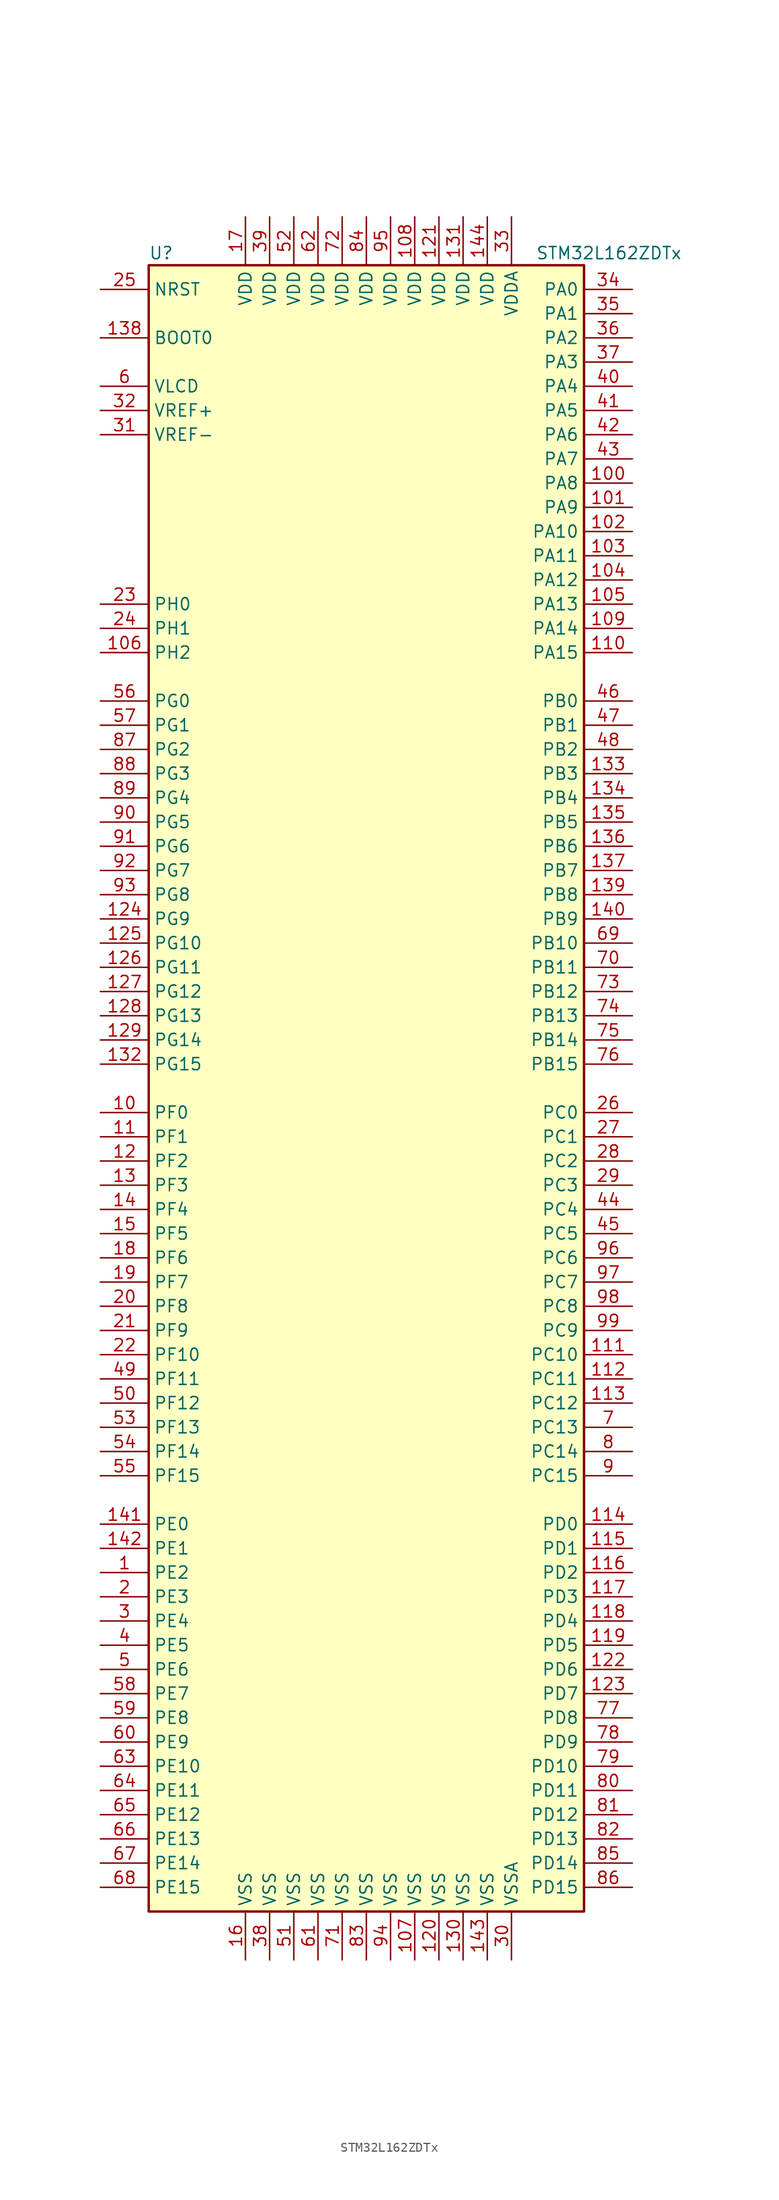
<source format=kicad_sym>
(kicad_symbol_lib
  (version 20211014)
  (generator kicad_symbol_editor)
  (symbol "STM32L162ZDTx"
    (property "Reference" "U"
      (at -22.86 87.63 0)
      (effects (font (size 1.27 1.27)) (justify left)))
    (property "Value" "STM32L162ZDTx"
      (at 17.78 87.63 0)
      (effects (font (size 1.27 1.27)) (justify left)))
    (symbol "STM32L162ZDTx_0_1"
      (rectangle (start -22.86 -86.36) (end 22.86 86.36) (stroke (width 0.254) (type default) (color 0 0 0 0)) (fill (type background))))
    (symbol "STM32L162ZDTx_1_1"
      (pin bidirectional line (at -27.94 -50.8 0) (length 5.08) (name "PE2" (effects (font (size 1.27 1.27)))) (number "1" (effects (font (size 1.27 1.27)))))
      (pin bidirectional line (at -27.94 -2.54 0) (length 5.08) (name "PF0" (effects (font (size 1.27 1.27)))) (number "10" (effects (font (size 1.27 1.27)))))
      (pin bidirectional line (at 27.94 63.5 180) (length 5.08) (name "PA8" (effects (font (size 1.27 1.27)))) (number "100" (effects (font (size 1.27 1.27)))))
      (pin bidirectional line (at 27.94 60.96 180) (length 5.08) (name "PA9" (effects (font (size 1.27 1.27)))) (number "101" (effects (font (size 1.27 1.27)))))
      (pin bidirectional line (at 27.94 58.42 180) (length 5.08) (name "PA10" (effects (font (size 1.27 1.27)))) (number "102" (effects (font (size 1.27 1.27)))))
      (pin bidirectional line (at 27.94 55.88 180) (length 5.08) (name "PA11" (effects (font (size 1.27 1.27)))) (number "103" (effects (font (size 1.27 1.27)))))
      (pin bidirectional line (at 27.94 53.34 180) (length 5.08) (name "PA12" (effects (font (size 1.27 1.27)))) (number "104" (effects (font (size 1.27 1.27)))))
      (pin bidirectional line (at 27.94 50.8 180) (length 5.08) (name "PA13" (effects (font (size 1.27 1.27)))) (number "105" (effects (font (size 1.27 1.27)))))
      (pin bidirectional line (at -27.94 45.72 0) (length 5.08) (name "PH2" (effects (font (size 1.27 1.27)))) (number "106" (effects (font (size 1.27 1.27)))))
      (pin power_in line (at 5.08 -91.44 90) (length 5.08) (name "VSS" (effects (font (size 1.27 1.27)))) (number "107" (effects (font (size 1.27 1.27)))))
      (pin power_in line (at 5.08 91.44 270) (length 5.08) (name "VDD" (effects (font (size 1.27 1.27)))) (number "108" (effects (font (size 1.27 1.27)))))
      (pin bidirectional line (at 27.94 48.26 180) (length 5.08) (name "PA14" (effects (font (size 1.27 1.27)))) (number "109" (effects (font (size 1.27 1.27)))))
      (pin bidirectional line (at -27.94 -5.08 0) (length 5.08) (name "PF1" (effects (font (size 1.27 1.27)))) (number "11" (effects (font (size 1.27 1.27)))))
      (pin bidirectional line (at 27.94 45.72 180) (length 5.08) (name "PA15" (effects (font (size 1.27 1.27)))) (number "110" (effects (font (size 1.27 1.27)))))
      (pin bidirectional line (at 27.94 -27.94 180) (length 5.08) (name "PC10" (effects (font (size 1.27 1.27)))) (number "111" (effects (font (size 1.27 1.27)))))
      (pin bidirectional line (at 27.94 -30.48 180) (length 5.08) (name "PC11" (effects (font (size 1.27 1.27)))) (number "112" (effects (font (size 1.27 1.27)))))
      (pin bidirectional line (at 27.94 -33.02 180) (length 5.08) (name "PC12" (effects (font (size 1.27 1.27)))) (number "113" (effects (font (size 1.27 1.27)))))
      (pin bidirectional line (at 27.94 -45.72 180) (length 5.08) (name "PD0" (effects (font (size 1.27 1.27)))) (number "114" (effects (font (size 1.27 1.27)))))
      (pin bidirectional line (at 27.94 -48.26 180) (length 5.08) (name "PD1" (effects (font (size 1.27 1.27)))) (number "115" (effects (font (size 1.27 1.27)))))
      (pin bidirectional line (at 27.94 -50.8 180) (length 5.08) (name "PD2" (effects (font (size 1.27 1.27)))) (number "116" (effects (font (size 1.27 1.27)))))
      (pin bidirectional line (at 27.94 -53.34 180) (length 5.08) (name "PD3" (effects (font (size 1.27 1.27)))) (number "117" (effects (font (size 1.27 1.27)))))
      (pin bidirectional line (at 27.94 -55.88 180) (length 5.08) (name "PD4" (effects (font (size 1.27 1.27)))) (number "118" (effects (font (size 1.27 1.27)))))
      (pin bidirectional line (at 27.94 -58.42 180) (length 5.08) (name "PD5" (effects (font (size 1.27 1.27)))) (number "119" (effects (font (size 1.27 1.27)))))
      (pin bidirectional line (at -27.94 -7.62 0) (length 5.08) (name "PF2" (effects (font (size 1.27 1.27)))) (number "12" (effects (font (size 1.27 1.27)))))
      (pin power_in line (at 7.62 -91.44 90) (length 5.08) (name "VSS" (effects (font (size 1.27 1.27)))) (number "120" (effects (font (size 1.27 1.27)))))
      (pin power_in line (at 7.62 91.44 270) (length 5.08) (name "VDD" (effects (font (size 1.27 1.27)))) (number "121" (effects (font (size 1.27 1.27)))))
      (pin bidirectional line (at 27.94 -60.96 180) (length 5.08) (name "PD6" (effects (font (size 1.27 1.27)))) (number "122" (effects (font (size 1.27 1.27)))))
      (pin bidirectional line (at 27.94 -63.5 180) (length 5.08) (name "PD7" (effects (font (size 1.27 1.27)))) (number "123" (effects (font (size 1.27 1.27)))))
      (pin bidirectional line (at -27.94 17.78 0) (length 5.08) (name "PG9" (effects (font (size 1.27 1.27)))) (number "124" (effects (font (size 1.27 1.27)))))
      (pin bidirectional line (at -27.94 15.24 0) (length 5.08) (name "PG10" (effects (font (size 1.27 1.27)))) (number "125" (effects (font (size 1.27 1.27)))))
      (pin bidirectional line (at -27.94 12.7 0) (length 5.08) (name "PG11" (effects (font (size 1.27 1.27)))) (number "126" (effects (font (size 1.27 1.27)))))
      (pin bidirectional line (at -27.94 10.16 0) (length 5.08) (name "PG12" (effects (font (size 1.27 1.27)))) (number "127" (effects (font (size 1.27 1.27)))))
      (pin bidirectional line (at -27.94 7.62 0) (length 5.08) (name "PG13" (effects (font (size 1.27 1.27)))) (number "128" (effects (font (size 1.27 1.27)))))
      (pin bidirectional line (at -27.94 5.08 0) (length 5.08) (name "PG14" (effects (font (size 1.27 1.27)))) (number "129" (effects (font (size 1.27 1.27)))))
      (pin bidirectional line (at -27.94 -10.16 0) (length 5.08) (name "PF3" (effects (font (size 1.27 1.27)))) (number "13" (effects (font (size 1.27 1.27)))))
      (pin power_in line (at 10.16 -91.44 90) (length 5.08) (name "VSS" (effects (font (size 1.27 1.27)))) (number "130" (effects (font (size 1.27 1.27)))))
      (pin power_in line (at 10.16 91.44 270) (length 5.08) (name "VDD" (effects (font (size 1.27 1.27)))) (number "131" (effects (font (size 1.27 1.27)))))
      (pin bidirectional line (at -27.94 2.54 0) (length 5.08) (name "PG15" (effects (font (size 1.27 1.27)))) (number "132" (effects (font (size 1.27 1.27)))))
      (pin bidirectional line (at 27.94 33.02 180) (length 5.08) (name "PB3" (effects (font (size 1.27 1.27)))) (number "133" (effects (font (size 1.27 1.27)))))
      (pin bidirectional line (at 27.94 30.48 180) (length 5.08) (name "PB4" (effects (font (size 1.27 1.27)))) (number "134" (effects (font (size 1.27 1.27)))))
      (pin bidirectional line (at 27.94 27.94 180) (length 5.08) (name "PB5" (effects (font (size 1.27 1.27)))) (number "135" (effects (font (size 1.27 1.27)))))
      (pin bidirectional line (at 27.94 25.4 180) (length 5.08) (name "PB6" (effects (font (size 1.27 1.27)))) (number "136" (effects (font (size 1.27 1.27)))))
      (pin bidirectional line (at 27.94 22.86 180) (length 5.08) (name "PB7" (effects (font (size 1.27 1.27)))) (number "137" (effects (font (size 1.27 1.27)))))
      (pin input line (at -27.94 78.74 0) (length 5.08) (name "BOOT0" (effects (font (size 1.27 1.27)))) (number "138" (effects (font (size 1.27 1.27)))))
      (pin bidirectional line (at 27.94 20.32 180) (length 5.08) (name "PB8" (effects (font (size 1.27 1.27)))) (number "139" (effects (font (size 1.27 1.27)))))
      (pin bidirectional line (at -27.94 -12.7 0) (length 5.08) (name "PF4" (effects (font (size 1.27 1.27)))) (number "14" (effects (font (size 1.27 1.27)))))
      (pin bidirectional line (at 27.94 17.78 180) (length 5.08) (name "PB9" (effects (font (size 1.27 1.27)))) (number "140" (effects (font (size 1.27 1.27)))))
      (pin bidirectional line (at -27.94 -45.72 0) (length 5.08) (name "PE0" (effects (font (size 1.27 1.27)))) (number "141" (effects (font (size 1.27 1.27)))))
      (pin bidirectional line (at -27.94 -48.26 0) (length 5.08) (name "PE1" (effects (font (size 1.27 1.27)))) (number "142" (effects (font (size 1.27 1.27)))))
      (pin power_in line (at 12.7 -91.44 90) (length 5.08) (name "VSS" (effects (font (size 1.27 1.27)))) (number "143" (effects (font (size 1.27 1.27)))))
      (pin power_in line (at 12.7 91.44 270) (length 5.08) (name "VDD" (effects (font (size 1.27 1.27)))) (number "144" (effects (font (size 1.27 1.27)))))
      (pin bidirectional line (at -27.94 -15.24 0) (length 5.08) (name "PF5" (effects (font (size 1.27 1.27)))) (number "15" (effects (font (size 1.27 1.27)))))
      (pin power_in line (at -12.7 -91.44 90) (length 5.08) (name "VSS" (effects (font (size 1.27 1.27)))) (number "16" (effects (font (size 1.27 1.27)))))
      (pin power_in line (at -12.7 91.44 270) (length 5.08) (name "VDD" (effects (font (size 1.27 1.27)))) (number "17" (effects (font (size 1.27 1.27)))))
      (pin bidirectional line (at -27.94 -17.78 0) (length 5.08) (name "PF6" (effects (font (size 1.27 1.27)))) (number "18" (effects (font (size 1.27 1.27)))))
      (pin bidirectional line (at -27.94 -20.32 0) (length 5.08) (name "PF7" (effects (font (size 1.27 1.27)))) (number "19" (effects (font (size 1.27 1.27)))))
      (pin bidirectional line (at -27.94 -53.34 0) (length 5.08) (name "PE3" (effects (font (size 1.27 1.27)))) (number "2" (effects (font (size 1.27 1.27)))))
      (pin bidirectional line (at -27.94 -22.86 0) (length 5.08) (name "PF8" (effects (font (size 1.27 1.27)))) (number "20" (effects (font (size 1.27 1.27)))))
      (pin bidirectional line (at -27.94 -25.4 0) (length 5.08) (name "PF9" (effects (font (size 1.27 1.27)))) (number "21" (effects (font (size 1.27 1.27)))))
      (pin bidirectional line (at -27.94 -27.94 0) (length 5.08) (name "PF10" (effects (font (size 1.27 1.27)))) (number "22" (effects (font (size 1.27 1.27)))))
      (pin input line (at -27.94 50.8 0) (length 5.08) (name "PH0" (effects (font (size 1.27 1.27)))) (number "23" (effects (font (size 1.27 1.27)))))
      (pin input line (at -27.94 48.26 0) (length 5.08) (name "PH1" (effects (font (size 1.27 1.27)))) (number "24" (effects (font (size 1.27 1.27)))))
      (pin input line (at -27.94 83.82 0) (length 5.08) (name "NRST" (effects (font (size 1.27 1.27)))) (number "25" (effects (font (size 1.27 1.27)))))
      (pin bidirectional line (at 27.94 -2.54 180) (length 5.08) (name "PC0" (effects (font (size 1.27 1.27)))) (number "26" (effects (font (size 1.27 1.27)))))
      (pin bidirectional line (at 27.94 -5.08 180) (length 5.08) (name "PC1" (effects (font (size 1.27 1.27)))) (number "27" (effects (font (size 1.27 1.27)))))
      (pin bidirectional line (at 27.94 -7.62 180) (length 5.08) (name "PC2" (effects (font (size 1.27 1.27)))) (number "28" (effects (font (size 1.27 1.27)))))
      (pin bidirectional line (at 27.94 -10.16 180) (length 5.08) (name "PC3" (effects (font (size 1.27 1.27)))) (number "29" (effects (font (size 1.27 1.27)))))
      (pin bidirectional line (at -27.94 -55.88 0) (length 5.08) (name "PE4" (effects (font (size 1.27 1.27)))) (number "3" (effects (font (size 1.27 1.27)))))
      (pin power_in line (at 15.24 -91.44 90) (length 5.08) (name "VSSA" (effects (font (size 1.27 1.27)))) (number "30" (effects (font (size 1.27 1.27)))))
      (pin power_in line (at -27.94 68.58 0) (length 5.08) (name "VREF-" (effects (font (size 1.27 1.27)))) (number "31" (effects (font (size 1.27 1.27)))))
      (pin power_in line (at -27.94 71.12 0) (length 5.08) (name "VREF+" (effects (font (size 1.27 1.27)))) (number "32" (effects (font (size 1.27 1.27)))))
      (pin power_in line (at 15.24 91.44 270) (length 5.08) (name "VDDA" (effects (font (size 1.27 1.27)))) (number "33" (effects (font (size 1.27 1.27)))))
      (pin bidirectional line (at 27.94 83.82 180) (length 5.08) (name "PA0" (effects (font (size 1.27 1.27)))) (number "34" (effects (font (size 1.27 1.27)))))
      (pin bidirectional line (at 27.94 81.28 180) (length 5.08) (name "PA1" (effects (font (size 1.27 1.27)))) (number "35" (effects (font (size 1.27 1.27)))))
      (pin bidirectional line (at 27.94 78.74 180) (length 5.08) (name "PA2" (effects (font (size 1.27 1.27)))) (number "36" (effects (font (size 1.27 1.27)))))
      (pin bidirectional line (at 27.94 76.2 180) (length 5.08) (name "PA3" (effects (font (size 1.27 1.27)))) (number "37" (effects (font (size 1.27 1.27)))))
      (pin power_in line (at -10.16 -91.44 90) (length 5.08) (name "VSS" (effects (font (size 1.27 1.27)))) (number "38" (effects (font (size 1.27 1.27)))))
      (pin power_in line (at -10.16 91.44 270) (length 5.08) (name "VDD" (effects (font (size 1.27 1.27)))) (number "39" (effects (font (size 1.27 1.27)))))
      (pin bidirectional line (at -27.94 -58.42 0) (length 5.08) (name "PE5" (effects (font (size 1.27 1.27)))) (number "4" (effects (font (size 1.27 1.27)))))
      (pin bidirectional line (at 27.94 73.66 180) (length 5.08) (name "PA4" (effects (font (size 1.27 1.27)))) (number "40" (effects (font (size 1.27 1.27)))))
      (pin bidirectional line (at 27.94 71.12 180) (length 5.08) (name "PA5" (effects (font (size 1.27 1.27)))) (number "41" (effects (font (size 1.27 1.27)))))
      (pin bidirectional line (at 27.94 68.58 180) (length 5.08) (name "PA6" (effects (font (size 1.27 1.27)))) (number "42" (effects (font (size 1.27 1.27)))))
      (pin bidirectional line (at 27.94 66.04 180) (length 5.08) (name "PA7" (effects (font (size 1.27 1.27)))) (number "43" (effects (font (size 1.27 1.27)))))
      (pin bidirectional line (at 27.94 -12.7 180) (length 5.08) (name "PC4" (effects (font (size 1.27 1.27)))) (number "44" (effects (font (size 1.27 1.27)))))
      (pin bidirectional line (at 27.94 -15.24 180) (length 5.08) (name "PC5" (effects (font (size 1.27 1.27)))) (number "45" (effects (font (size 1.27 1.27)))))
      (pin bidirectional line (at 27.94 40.64 180) (length 5.08) (name "PB0" (effects (font (size 1.27 1.27)))) (number "46" (effects (font (size 1.27 1.27)))))
      (pin bidirectional line (at 27.94 38.1 180) (length 5.08) (name "PB1" (effects (font (size 1.27 1.27)))) (number "47" (effects (font (size 1.27 1.27)))))
      (pin bidirectional line (at 27.94 35.56 180) (length 5.08) (name "PB2" (effects (font (size 1.27 1.27)))) (number "48" (effects (font (size 1.27 1.27)))))
      (pin bidirectional line (at -27.94 -30.48 0) (length 5.08) (name "PF11" (effects (font (size 1.27 1.27)))) (number "49" (effects (font (size 1.27 1.27)))))
      (pin bidirectional line (at -27.94 -60.96 0) (length 5.08) (name "PE6" (effects (font (size 1.27 1.27)))) (number "5" (effects (font (size 1.27 1.27)))))
      (pin bidirectional line (at -27.94 -33.02 0) (length 5.08) (name "PF12" (effects (font (size 1.27 1.27)))) (number "50" (effects (font (size 1.27 1.27)))))
      (pin power_in line (at -7.62 -91.44 90) (length 5.08) (name "VSS" (effects (font (size 1.27 1.27)))) (number "51" (effects (font (size 1.27 1.27)))))
      (pin power_in line (at -7.62 91.44 270) (length 5.08) (name "VDD" (effects (font (size 1.27 1.27)))) (number "52" (effects (font (size 1.27 1.27)))))
      (pin bidirectional line (at -27.94 -35.56 0) (length 5.08) (name "PF13" (effects (font (size 1.27 1.27)))) (number "53" (effects (font (size 1.27 1.27)))))
      (pin bidirectional line (at -27.94 -38.1 0) (length 5.08) (name "PF14" (effects (font (size 1.27 1.27)))) (number "54" (effects (font (size 1.27 1.27)))))
      (pin bidirectional line (at -27.94 -40.64 0) (length 5.08) (name "PF15" (effects (font (size 1.27 1.27)))) (number "55" (effects (font (size 1.27 1.27)))))
      (pin bidirectional line (at -27.94 40.64 0) (length 5.08) (name "PG0" (effects (font (size 1.27 1.27)))) (number "56" (effects (font (size 1.27 1.27)))))
      (pin bidirectional line (at -27.94 38.1 0) (length 5.08) (name "PG1" (effects (font (size 1.27 1.27)))) (number "57" (effects (font (size 1.27 1.27)))))
      (pin bidirectional line (at -27.94 -63.5 0) (length 5.08) (name "PE7" (effects (font (size 1.27 1.27)))) (number "58" (effects (font (size 1.27 1.27)))))
      (pin bidirectional line (at -27.94 -66.04 0) (length 5.08) (name "PE8" (effects (font (size 1.27 1.27)))) (number "59" (effects (font (size 1.27 1.27)))))
      (pin power_in line (at -27.94 73.66 0) (length 5.08) (name "VLCD" (effects (font (size 1.27 1.27)))) (number "6" (effects (font (size 1.27 1.27)))))
      (pin bidirectional line (at -27.94 -68.58 0) (length 5.08) (name "PE9" (effects (font (size 1.27 1.27)))) (number "60" (effects (font (size 1.27 1.27)))))
      (pin power_in line (at -5.08 -91.44 90) (length 5.08) (name "VSS" (effects (font (size 1.27 1.27)))) (number "61" (effects (font (size 1.27 1.27)))))
      (pin power_in line (at -5.08 91.44 270) (length 5.08) (name "VDD" (effects (font (size 1.27 1.27)))) (number "62" (effects (font (size 1.27 1.27)))))
      (pin bidirectional line (at -27.94 -71.12 0) (length 5.08) (name "PE10" (effects (font (size 1.27 1.27)))) (number "63" (effects (font (size 1.27 1.27)))))
      (pin bidirectional line (at -27.94 -73.66 0) (length 5.08) (name "PE11" (effects (font (size 1.27 1.27)))) (number "64" (effects (font (size 1.27 1.27)))))
      (pin bidirectional line (at -27.94 -76.2 0) (length 5.08) (name "PE12" (effects (font (size 1.27 1.27)))) (number "65" (effects (font (size 1.27 1.27)))))
      (pin bidirectional line (at -27.94 -78.74 0) (length 5.08) (name "PE13" (effects (font (size 1.27 1.27)))) (number "66" (effects (font (size 1.27 1.27)))))
      (pin bidirectional line (at -27.94 -81.28 0) (length 5.08) (name "PE14" (effects (font (size 1.27 1.27)))) (number "67" (effects (font (size 1.27 1.27)))))
      (pin bidirectional line (at -27.94 -83.82 0) (length 5.08) (name "PE15" (effects (font (size 1.27 1.27)))) (number "68" (effects (font (size 1.27 1.27)))))
      (pin bidirectional line (at 27.94 15.24 180) (length 5.08) (name "PB10" (effects (font (size 1.27 1.27)))) (number "69" (effects (font (size 1.27 1.27)))))
      (pin bidirectional line (at 27.94 -35.56 180) (length 5.08) (name "PC13" (effects (font (size 1.27 1.27)))) (number "7" (effects (font (size 1.27 1.27)))))
      (pin bidirectional line (at 27.94 12.7 180) (length 5.08) (name "PB11" (effects (font (size 1.27 1.27)))) (number "70" (effects (font (size 1.27 1.27)))))
      (pin power_in line (at -2.54 -91.44 90) (length 5.08) (name "VSS" (effects (font (size 1.27 1.27)))) (number "71" (effects (font (size 1.27 1.27)))))
      (pin power_in line (at -2.54 91.44 270) (length 5.08) (name "VDD" (effects (font (size 1.27 1.27)))) (number "72" (effects (font (size 1.27 1.27)))))
      (pin bidirectional line (at 27.94 10.16 180) (length 5.08) (name "PB12" (effects (font (size 1.27 1.27)))) (number "73" (effects (font (size 1.27 1.27)))))
      (pin bidirectional line (at 27.94 7.62 180) (length 5.08) (name "PB13" (effects (font (size 1.27 1.27)))) (number "74" (effects (font (size 1.27 1.27)))))
      (pin bidirectional line (at 27.94 5.08 180) (length 5.08) (name "PB14" (effects (font (size 1.27 1.27)))) (number "75" (effects (font (size 1.27 1.27)))))
      (pin bidirectional line (at 27.94 2.54 180) (length 5.08) (name "PB15" (effects (font (size 1.27 1.27)))) (number "76" (effects (font (size 1.27 1.27)))))
      (pin bidirectional line (at 27.94 -66.04 180) (length 5.08) (name "PD8" (effects (font (size 1.27 1.27)))) (number "77" (effects (font (size 1.27 1.27)))))
      (pin bidirectional line (at 27.94 -68.58 180) (length 5.08) (name "PD9" (effects (font (size 1.27 1.27)))) (number "78" (effects (font (size 1.27 1.27)))))
      (pin bidirectional line (at 27.94 -71.12 180) (length 5.08) (name "PD10" (effects (font (size 1.27 1.27)))) (number "79" (effects (font (size 1.27 1.27)))))
      (pin bidirectional line (at 27.94 -38.1 180) (length 5.08) (name "PC14" (effects (font (size 1.27 1.27)))) (number "8" (effects (font (size 1.27 1.27)))))
      (pin bidirectional line (at 27.94 -73.66 180) (length 5.08) (name "PD11" (effects (font (size 1.27 1.27)))) (number "80" (effects (font (size 1.27 1.27)))))
      (pin bidirectional line (at 27.94 -76.2 180) (length 5.08) (name "PD12" (effects (font (size 1.27 1.27)))) (number "81" (effects (font (size 1.27 1.27)))))
      (pin bidirectional line (at 27.94 -78.74 180) (length 5.08) (name "PD13" (effects (font (size 1.27 1.27)))) (number "82" (effects (font (size 1.27 1.27)))))
      (pin power_in line (at 0 -91.44 90) (length 5.08) (name "VSS" (effects (font (size 1.27 1.27)))) (number "83" (effects (font (size 1.27 1.27)))))
      (pin power_in line (at 0 91.44 270) (length 5.08) (name "VDD" (effects (font (size 1.27 1.27)))) (number "84" (effects (font (size 1.27 1.27)))))
      (pin bidirectional line (at 27.94 -81.28 180) (length 5.08) (name "PD14" (effects (font (size 1.27 1.27)))) (number "85" (effects (font (size 1.27 1.27)))))
      (pin bidirectional line (at 27.94 -83.82 180) (length 5.08) (name "PD15" (effects (font (size 1.27 1.27)))) (number "86" (effects (font (size 1.27 1.27)))))
      (pin bidirectional line (at -27.94 35.56 0) (length 5.08) (name "PG2" (effects (font (size 1.27 1.27)))) (number "87" (effects (font (size 1.27 1.27)))))
      (pin bidirectional line (at -27.94 33.02 0) (length 5.08) (name "PG3" (effects (font (size 1.27 1.27)))) (number "88" (effects (font (size 1.27 1.27)))))
      (pin bidirectional line (at -27.94 30.48 0) (length 5.08) (name "PG4" (effects (font (size 1.27 1.27)))) (number "89" (effects (font (size 1.27 1.27)))))
      (pin bidirectional line (at 27.94 -40.64 180) (length 5.08) (name "PC15" (effects (font (size 1.27 1.27)))) (number "9" (effects (font (size 1.27 1.27)))))
      (pin bidirectional line (at -27.94 27.94 0) (length 5.08) (name "PG5" (effects (font (size 1.27 1.27)))) (number "90" (effects (font (size 1.27 1.27)))))
      (pin bidirectional line (at -27.94 25.4 0) (length 5.08) (name "PG6" (effects (font (size 1.27 1.27)))) (number "91" (effects (font (size 1.27 1.27)))))
      (pin bidirectional line (at -27.94 22.86 0) (length 5.08) (name "PG7" (effects (font (size 1.27 1.27)))) (number "92" (effects (font (size 1.27 1.27)))))
      (pin bidirectional line (at -27.94 20.32 0) (length 5.08) (name "PG8" (effects (font (size 1.27 1.27)))) (number "93" (effects (font (size 1.27 1.27)))))
      (pin power_in line (at 2.54 -91.44 90) (length 5.08) (name "VSS" (effects (font (size 1.27 1.27)))) (number "94" (effects (font (size 1.27 1.27)))))
      (pin power_in line (at 2.54 91.44 270) (length 5.08) (name "VDD" (effects (font (size 1.27 1.27)))) (number "95" (effects (font (size 1.27 1.27)))))
      (pin bidirectional line (at 27.94 -17.78 180) (length 5.08) (name "PC6" (effects (font (size 1.27 1.27)))) (number "96" (effects (font (size 1.27 1.27)))))
      (pin bidirectional line (at 27.94 -20.32 180) (length 5.08) (name "PC7" (effects (font (size 1.27 1.27)))) (number "97" (effects (font (size 1.27 1.27)))))
      (pin bidirectional line (at 27.94 -22.86 180) (length 5.08) (name "PC8" (effects (font (size 1.27 1.27)))) (number "98" (effects (font (size 1.27 1.27)))))
      (pin bidirectional line (at 27.94 -25.4 180) (length 5.08) (name "PC9" (effects (font (size 1.27 1.27)))) (number "99" (effects (font (size 1.27 1.27))))))))
</source>
